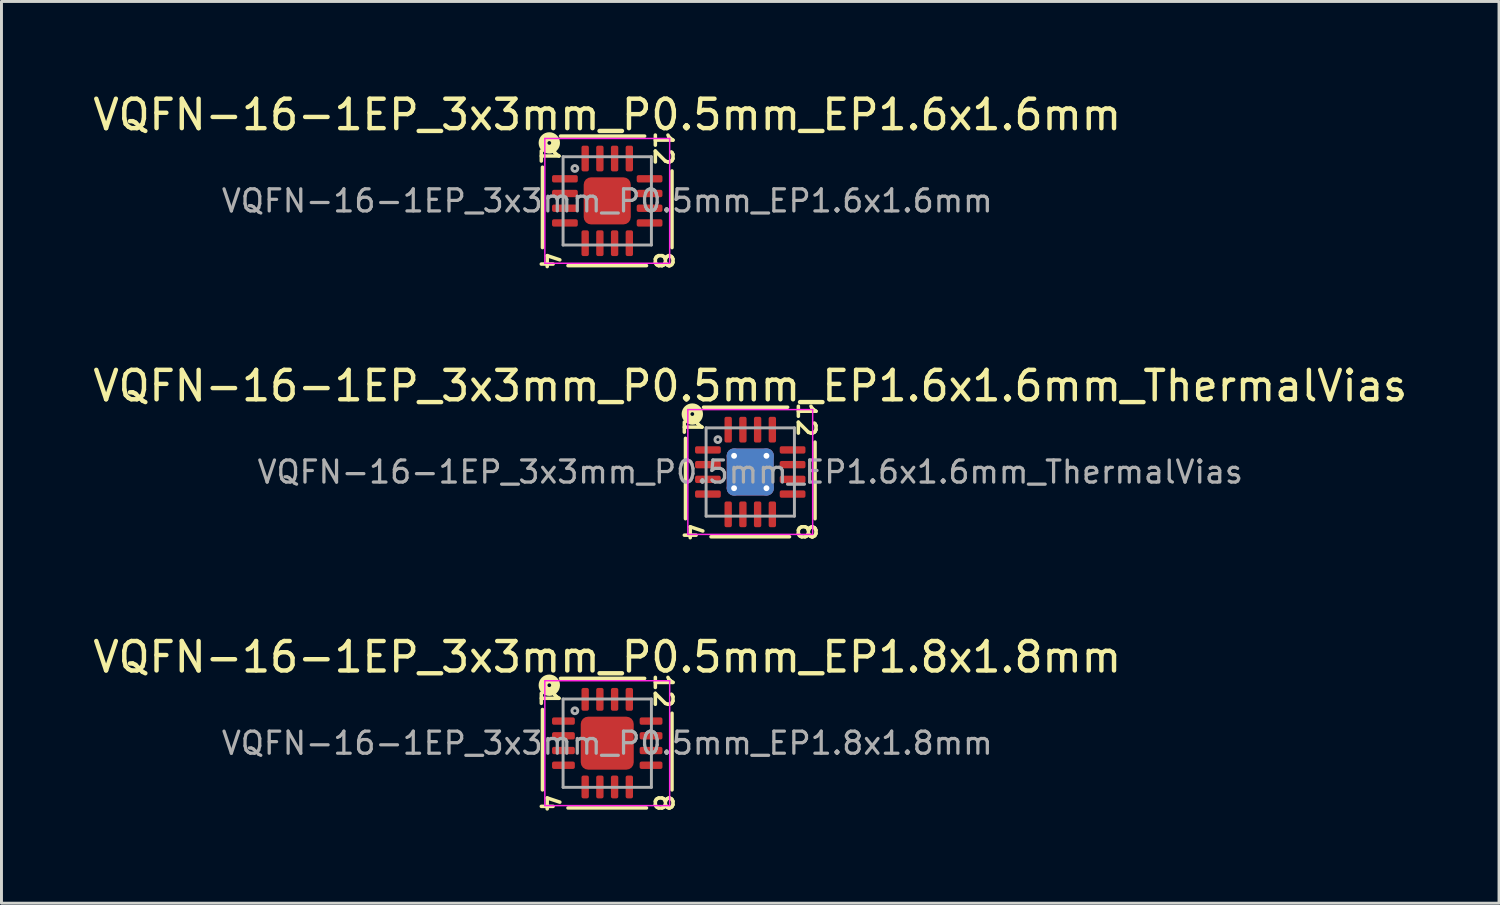
<source format=kicad_pcb>
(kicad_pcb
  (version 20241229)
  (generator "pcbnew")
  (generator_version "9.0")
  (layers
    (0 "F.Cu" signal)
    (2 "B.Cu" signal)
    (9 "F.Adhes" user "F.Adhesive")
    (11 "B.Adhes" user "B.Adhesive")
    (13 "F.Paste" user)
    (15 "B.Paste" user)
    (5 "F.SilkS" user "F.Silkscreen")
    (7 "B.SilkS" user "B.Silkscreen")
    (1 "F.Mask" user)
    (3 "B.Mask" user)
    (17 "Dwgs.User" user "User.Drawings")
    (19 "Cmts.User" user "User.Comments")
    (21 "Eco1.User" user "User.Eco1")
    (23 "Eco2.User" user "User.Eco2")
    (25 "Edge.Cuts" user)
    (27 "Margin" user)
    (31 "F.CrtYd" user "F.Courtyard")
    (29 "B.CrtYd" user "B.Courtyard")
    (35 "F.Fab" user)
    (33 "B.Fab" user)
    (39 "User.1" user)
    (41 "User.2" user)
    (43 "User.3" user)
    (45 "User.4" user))
  (footprint "VQFN-16-1EP_3x3mm_P0.5mm_EP1.6x1.6mm_ThermalVias"
    (layer "F.Cu")
    (at 22.435 12.983)
    (property "Reference" "VQFN-16-1EP_3x3mm_P0.5mm_EP1.6x1.6mm_ThermalVias" (at 0 -2.925 0) (layer "F.SilkS") (effects (font (size 1 1) (thickness 0.15))))
    (attr smd)
    (fp_line (start -2.2 1.587) (end -2.2 -1.143) (stroke (width 0.12) (type solid)) (layer "F.SilkS"))
    (fp_line (start -1.587 -2.2) (end 1.27 -2.2) (stroke (width 0.12) (type solid)) (layer "F.SilkS"))
    (fp_line (start 1.333 2.2) (end -1.333 2.2) (stroke (width 0.12) (type solid)) (layer "F.SilkS"))
    (fp_line (start 2.2 -1.016) (end 2.2 1.587) (stroke (width 0.12) (type solid)) (layer "F.SilkS"))
    (fp_circle (center -1.968 -1.968) (end -1.905 -1.968) (stroke (width 0.3) (type solid)) (fill no) (layer "F.SilkS"))
    (fp_line (start -2.12 -2.12) (end -2.12 2.12) (stroke (width 0.05) (type solid)) (layer "F.CrtYd"))
    (fp_line (start -2.12 2.12) (end 2.12 2.12) (stroke (width 0.05) (type solid)) (layer "F.CrtYd"))
    (fp_line (start 2.12 -2.12) (end -2.12 -2.12) (stroke (width 0.05) (type solid)) (layer "F.CrtYd"))
    (fp_line (start 2.12 2.12) (end 2.12 -2.12) (stroke (width 0.05) (type solid)) (layer "F.CrtYd"))
    (fp_line (start -1.5 -1.5) (end 1.5 -1.5) (stroke (width 0.1) (type solid)) (layer "F.Fab"))
    (fp_line (start -1.5 1.5) (end -1.5 -1.5) (stroke (width 0.1) (type solid)) (layer "F.Fab"))
    (fp_line (start 1.5 -1.5) (end 1.5 1.5) (stroke (width 0.1) (type solid)) (layer "F.Fab"))
    (fp_line (start 1.5 1.5) (end -1.5 1.5) (stroke (width 0.1) (type solid)) (layer "F.Fab"))
    (fp_circle (center -1.1 -1.1) (end -1 -1.1) (stroke (width 0.1) (type solid)) (fill no) (layer "F.Fab"))
    (fp_text user "1" (at -1.968 -1.524 270) (unlocked yes) (layer "F.SilkS") (effects (font (size 0.6 0.6) (thickness 0.12))))
    (fp_text user "4" (at -1.968 2.032 270) (unlocked yes) (layer "F.SilkS") (effects (font (size 0.6 0.6) (thickness 0.12))))
    (fp_text user "12" (at 1.905 -1.778 270) (unlocked yes) (layer "F.SilkS") (effects (font (size 0.6 0.6) (thickness 0.12))))
    (fp_text user "8" (at 1.905 2.032 270) (unlocked yes) (layer "F.SilkS") (effects (font (size 0.6 0.6) (thickness 0.12))))
    (fp_text user "${REFERENCE}" (at 0 0 0) (layer "F.Fab") (effects (font (size 0.75 0.75) (thickness 0.11))))
    (pad "" smd roundrect (at -0.4 -0.4) (size 0.69 0.69) (layers "F.Paste") (roundrect_rratio 0.25))
    (pad "" smd roundrect (at -0.4 0.4) (size 0.69 0.69) (layers "F.Paste") (roundrect_rratio 0.25))
    (pad "" smd roundrect (at 0.4 -0.4) (size 0.69 0.69) (layers "F.Paste") (roundrect_rratio 0.25))
    (pad "" smd roundrect (at 0.4 0.4) (size 0.69 0.69) (layers "F.Paste") (roundrect_rratio 0.25))
    (pad "1" smd roundrect (at -1.438 -0.75) (size 0.875 0.25) (layers "F.Cu" "F.Mask" "F.Paste") (roundrect_rratio 0.25))
    (pad "2" smd roundrect (at -1.438 -0.25) (size 0.875 0.25) (layers "F.Cu" "F.Mask" "F.Paste") (roundrect_rratio 0.25))
    (pad "3" smd roundrect (at -1.438 0.25) (size 0.875 0.25) (layers "F.Cu" "F.Mask" "F.Paste") (roundrect_rratio 0.25))
    (pad "4" smd roundrect (at -1.438 0.75) (size 0.875 0.25) (layers "F.Cu" "F.Mask" "F.Paste") (roundrect_rratio 0.25))
    (pad "5" smd roundrect (at -0.75 1.438) (size 0.25 0.875) (layers "F.Cu" "F.Mask" "F.Paste") (roundrect_rratio 0.25))
    (pad "6" smd roundrect (at -0.25 1.438) (size 0.25 0.875) (layers "F.Cu" "F.Mask" "F.Paste") (roundrect_rratio 0.25))
    (pad "7" smd roundrect (at 0.25 1.438) (size 0.25 0.875) (layers "F.Cu" "F.Mask" "F.Paste") (roundrect_rratio 0.25))
    (pad "8" smd roundrect (at 0.75 1.438) (size 0.25 0.875) (layers "F.Cu" "F.Mask" "F.Paste") (roundrect_rratio 0.25))
    (pad "9" smd roundrect (at 1.438 0.75) (size 0.875 0.25) (layers "F.Cu" "F.Mask" "F.Paste") (roundrect_rratio 0.25))
    (pad "10" smd roundrect (at 1.438 0.25) (size 0.875 0.25) (layers "F.Cu" "F.Mask" "F.Paste") (roundrect_rratio 0.25))
    (pad "11" smd roundrect (at 1.438 -0.25) (size 0.875 0.25) (layers "F.Cu" "F.Mask" "F.Paste") (roundrect_rratio 0.25))
    (pad "12" smd roundrect (at 1.438 -0.75) (size 0.875 0.25) (layers "F.Cu" "F.Mask" "F.Paste") (roundrect_rratio 0.25))
    (pad "13" smd roundrect (at 0.75 -1.438) (size 0.25 0.875) (layers "F.Cu" "F.Mask" "F.Paste") (roundrect_rratio 0.25))
    (pad "14" smd roundrect (at 0.25 -1.438) (size 0.25 0.875) (layers "F.Cu" "F.Mask" "F.Paste") (roundrect_rratio 0.25))
    (pad "15" smd roundrect (at -0.25 -1.438) (size 0.25 0.875) (layers "F.Cu" "F.Mask" "F.Paste") (roundrect_rratio 0.25))
    (pad "16" smd roundrect (at -0.75 -1.438) (size 0.25 0.875) (layers "F.Cu" "F.Mask" "F.Paste") (roundrect_rratio 0.25))
    (pad "17" thru_hole circle (at -0.55 -0.55) (size 0.5 0.5) (drill 0.2) (property pad_prop_heatsink) (layers "*.Cu"))
    (pad "17" thru_hole circle (at -0.55 0.55) (size 0.5 0.5) (drill 0.2) (property pad_prop_heatsink) (layers "*.Cu"))
    (pad "17" smd roundrect (at 0 0) (size 1.6 1.6) (layers "F.Cu" "F.Mask") (roundrect_rratio 0.156))
    (pad "17" smd roundrect (at 0 0) (size 1.6 1.6) (layers "B.Cu" "B.Mask") (roundrect_rratio 0.156))
    (pad "17" thru_hole circle (at 0.55 -0.55) (size 0.5 0.5) (drill 0.2) (property pad_prop_heatsink) (layers "*.Cu"))
    (pad "17" thru_hole circle (at 0.55 0.55) (size 0.5 0.5) (drill 0.2) (property pad_prop_heatsink) (layers "*.Cu")))
  (footprint "VQFN-16-1EP_3x3mm_P0.5mm_EP1.6x1.6mm"
    (layer "F.Cu")
    (at 17.577 3.773)
    (property "Reference" "VQFN-16-1EP_3x3mm_P0.5mm_EP1.6x1.6mm" (at 0 -2.925 0) (layer "F.SilkS") (effects (font (size 1 1) (thickness 0.15))))
    (attr smd)
    (fp_line (start -2.2 1.587) (end -2.2 -1.143) (stroke (width 0.12) (type solid)) (layer "F.SilkS"))
    (fp_line (start -1.587 -2.2) (end 1.27 -2.2) (stroke (width 0.12) (type solid)) (layer "F.SilkS"))
    (fp_line (start 1.333 2.2) (end -1.333 2.2) (stroke (width 0.12) (type solid)) (layer "F.SilkS"))
    (fp_line (start 2.2 -1.016) (end 2.2 1.587) (stroke (width 0.12) (type solid)) (layer "F.SilkS"))
    (fp_circle (center -1.968 -1.968) (end -1.905 -1.968) (stroke (width 0.3) (type solid)) (fill no) (layer "F.SilkS"))
    (fp_line (start -2.12 -2.12) (end -2.12 2.12) (stroke (width 0.05) (type solid)) (layer "F.CrtYd"))
    (fp_line (start -2.12 2.12) (end 2.12 2.12) (stroke (width 0.05) (type solid)) (layer "F.CrtYd"))
    (fp_line (start 2.12 -2.12) (end -2.12 -2.12) (stroke (width 0.05) (type solid)) (layer "F.CrtYd"))
    (fp_line (start 2.12 2.12) (end 2.12 -2.12) (stroke (width 0.05) (type solid)) (layer "F.CrtYd"))
    (fp_line (start -1.5 -1.5) (end 1.5 -1.5) (stroke (width 0.1) (type solid)) (layer "F.Fab"))
    (fp_line (start -1.5 1.5) (end -1.5 -1.5) (stroke (width 0.1) (type solid)) (layer "F.Fab"))
    (fp_line (start 1.5 -1.5) (end 1.5 1.5) (stroke (width 0.1) (type solid)) (layer "F.Fab"))
    (fp_line (start 1.5 1.5) (end -1.5 1.5) (stroke (width 0.1) (type solid)) (layer "F.Fab"))
    (fp_circle (center -1.1 -1.1) (end -1 -1.1) (stroke (width 0.1) (type solid)) (fill no) (layer "F.Fab"))
    (fp_text user "8" (at 1.905 2.032 270) (unlocked yes) (layer "F.SilkS") (effects (font (size 0.6 0.6) (thickness 0.12))))
    (fp_text user "1" (at -1.968 -1.524 270) (unlocked yes) (layer "F.SilkS") (effects (font (size 0.6 0.6) (thickness 0.12))))
    (fp_text user "12" (at 1.905 -1.778 270) (unlocked yes) (layer "F.SilkS") (effects (font (size 0.6 0.6) (thickness 0.12))))
    (fp_text user "4" (at -1.968 2.032 270) (unlocked yes) (layer "F.SilkS") (effects (font (size 0.6 0.6) (thickness 0.12))))
    (fp_text user "${REFERENCE}" (at 0 0 0) (layer "F.Fab") (effects (font (size 0.75 0.75) (thickness 0.11))))
    (pad "" smd roundrect (at -0.4 -0.4) (size 0.64 0.64) (layers "F.Paste") (roundrect_rratio 0.25))
    (pad "" smd roundrect (at -0.4 0.4) (size 0.64 0.64) (layers "F.Paste") (roundrect_rratio 0.25))
    (pad "" smd roundrect (at 0.4 -0.4) (size 0.64 0.64) (layers "F.Paste") (roundrect_rratio 0.25))
    (pad "" smd roundrect (at 0.4 0.4) (size 0.64 0.64) (layers "F.Paste") (roundrect_rratio 0.25))
    (pad "1" smd roundrect (at -1.438 -0.75) (size 0.875 0.25) (layers "F.Cu" "F.Mask" "F.Paste") (roundrect_rratio 0.25))
    (pad "2" smd roundrect (at -1.438 -0.25) (size 0.875 0.25) (layers "F.Cu" "F.Mask" "F.Paste") (roundrect_rratio 0.25))
    (pad "3" smd roundrect (at -1.438 0.25) (size 0.875 0.25) (layers "F.Cu" "F.Mask" "F.Paste") (roundrect_rratio 0.25))
    (pad "4" smd roundrect (at -1.438 0.75) (size 0.875 0.25) (layers "F.Cu" "F.Mask" "F.Paste") (roundrect_rratio 0.25))
    (pad "5" smd roundrect (at -0.75 1.438) (size 0.25 0.875) (layers "F.Cu" "F.Mask" "F.Paste") (roundrect_rratio 0.25))
    (pad "6" smd roundrect (at -0.25 1.438) (size 0.25 0.875) (layers "F.Cu" "F.Mask" "F.Paste") (roundrect_rratio 0.25))
    (pad "7" smd roundrect (at 0.25 1.438) (size 0.25 0.875) (layers "F.Cu" "F.Mask" "F.Paste") (roundrect_rratio 0.25))
    (pad "8" smd roundrect (at 0.75 1.438) (size 0.25 0.875) (layers "F.Cu" "F.Mask" "F.Paste") (roundrect_rratio 0.25))
    (pad "9" smd roundrect (at 1.438 0.75) (size 0.875 0.25) (layers "F.Cu" "F.Mask" "F.Paste") (roundrect_rratio 0.25))
    (pad "10" smd roundrect (at 1.438 0.25) (size 0.875 0.25) (layers "F.Cu" "F.Mask" "F.Paste") (roundrect_rratio 0.25))
    (pad "11" smd roundrect (at 1.438 -0.25) (size 0.875 0.25) (layers "F.Cu" "F.Mask" "F.Paste") (roundrect_rratio 0.25))
    (pad "12" smd roundrect (at 1.438 -0.75) (size 0.875 0.25) (layers "F.Cu" "F.Mask" "F.Paste") (roundrect_rratio 0.25))
    (pad "13" smd roundrect (at 0.75 -1.438) (size 0.25 0.875) (layers "F.Cu" "F.Mask" "F.Paste") (roundrect_rratio 0.25))
    (pad "14" smd roundrect (at 0.25 -1.438) (size 0.25 0.875) (layers "F.Cu" "F.Mask" "F.Paste") (roundrect_rratio 0.25))
    (pad "15" smd roundrect (at -0.25 -1.438) (size 0.25 0.875) (layers "F.Cu" "F.Mask" "F.Paste") (roundrect_rratio 0.25))
    (pad "16" smd roundrect (at -0.75 -1.438) (size 0.25 0.875) (layers "F.Cu" "F.Mask" "F.Paste") (roundrect_rratio 0.25))
    (pad "17" smd roundrect (at 0 0) (size 1.6 1.6) (layers "F.Cu" "F.Mask") (roundrect_rratio 0.156)))
  (footprint "VQFN-16-1EP_3x3mm_P0.5mm_EP1.8x1.8mm"
    (layer "F.Cu")
    (at 17.577 22.194)
    (property "Reference" "VQFN-16-1EP_3x3mm_P0.5mm_EP1.8x1.8mm" (at 0 -2.925 0) (layer "F.SilkS") (effects (font (size 1 1) (thickness 0.15))))
    (attr smd)
    (fp_line (start -2.2 1.587) (end -2.2 -1.143) (stroke (width 0.12) (type solid)) (layer "F.SilkS"))
    (fp_line (start -1.587 -2.2) (end 1.27 -2.2) (stroke (width 0.12) (type solid)) (layer "F.SilkS"))
    (fp_line (start 1.333 2.2) (end -1.333 2.2) (stroke (width 0.12) (type solid)) (layer "F.SilkS"))
    (fp_line (start 2.2 -1.016) (end 2.2 1.587) (stroke (width 0.12) (type solid)) (layer "F.SilkS"))
    (fp_circle (center -1.968 -1.968) (end -1.905 -1.968) (stroke (width 0.3) (type solid)) (fill no) (layer "F.SilkS"))
    (fp_line (start -2.12 -2.12) (end -2.12 2.12) (stroke (width 0.05) (type solid)) (layer "F.CrtYd"))
    (fp_line (start -2.12 2.12) (end 2.12 2.12) (stroke (width 0.05) (type solid)) (layer "F.CrtYd"))
    (fp_line (start 2.12 -2.12) (end -2.12 -2.12) (stroke (width 0.05) (type solid)) (layer "F.CrtYd"))
    (fp_line (start 2.12 2.12) (end 2.12 -2.12) (stroke (width 0.05) (type solid)) (layer "F.CrtYd"))
    (fp_line (start -1.5 -1.5) (end 1.5 -1.5) (stroke (width 0.1) (type solid)) (layer "F.Fab"))
    (fp_line (start -1.5 1.5) (end -1.5 -1.5) (stroke (width 0.1) (type solid)) (layer "F.Fab"))
    (fp_line (start 1.5 -1.5) (end 1.5 1.5) (stroke (width 0.1) (type solid)) (layer "F.Fab"))
    (fp_line (start 1.5 1.5) (end -1.5 1.5) (stroke (width 0.1) (type solid)) (layer "F.Fab"))
    (fp_circle (center -1.1 -1.1) (end -1 -1.1) (stroke (width 0.1) (type solid)) (fill no) (layer "F.Fab"))
    (fp_text user "1" (at -1.968 -1.524 270) (unlocked yes) (layer "F.SilkS") (effects (font (size 0.6 0.6) (thickness 0.12))))
    (fp_text user "12" (at 1.905 -1.778 270) (unlocked yes) (layer "F.SilkS") (effects (font (size 0.6 0.6) (thickness 0.12))))
    (fp_text user "8" (at 1.905 2.032 270) (unlocked yes) (layer "F.SilkS") (effects (font (size 0.6 0.6) (thickness 0.12))))
    (fp_text user "4" (at -1.968 2.032 270) (unlocked yes) (layer "F.SilkS") (effects (font (size 0.6 0.6) (thickness 0.12))))
    (fp_text user "${REFERENCE}" (at 0 0 0) (layer "F.Fab") (effects (font (size 0.75 0.75) (thickness 0.11))))
    (pad "" smd roundrect (at -0.45 -0.45) (size 0.73 0.73) (layers "F.Paste") (roundrect_rratio 0.25))
    (pad "" smd roundrect (at -0.45 0.45) (size 0.73 0.73) (layers "F.Paste") (roundrect_rratio 0.25))
    (pad "" smd roundrect (at 0.45 -0.45) (size 0.73 0.73) (layers "F.Paste") (roundrect_rratio 0.25))
    (pad "" smd roundrect (at 0.45 0.45) (size 0.73 0.73) (layers "F.Paste") (roundrect_rratio 0.25))
    (pad "1" smd roundrect (at -1.488 -0.75) (size 0.775 0.25) (layers "F.Cu" "F.Mask" "F.Paste") (roundrect_rratio 0.25))
    (pad "2" smd roundrect (at -1.488 -0.25) (size 0.775 0.25) (layers "F.Cu" "F.Mask" "F.Paste") (roundrect_rratio 0.25))
    (pad "3" smd roundrect (at -1.488 0.25) (size 0.775 0.25) (layers "F.Cu" "F.Mask" "F.Paste") (roundrect_rratio 0.25))
    (pad "4" smd roundrect (at -1.488 0.75) (size 0.775 0.25) (layers "F.Cu" "F.Mask" "F.Paste") (roundrect_rratio 0.25))
    (pad "5" smd roundrect (at -0.75 1.488) (size 0.25 0.775) (layers "F.Cu" "F.Mask" "F.Paste") (roundrect_rratio 0.25))
    (pad "6" smd roundrect (at -0.25 1.488) (size 0.25 0.775) (layers "F.Cu" "F.Mask" "F.Paste") (roundrect_rratio 0.25))
    (pad "7" smd roundrect (at 0.25 1.488) (size 0.25 0.775) (layers "F.Cu" "F.Mask" "F.Paste") (roundrect_rratio 0.25))
    (pad "8" smd roundrect (at 0.75 1.488) (size 0.25 0.775) (layers "F.Cu" "F.Mask" "F.Paste") (roundrect_rratio 0.25))
    (pad "9" smd roundrect (at 1.488 0.75) (size 0.775 0.25) (layers "F.Cu" "F.Mask" "F.Paste") (roundrect_rratio 0.25))
    (pad "10" smd roundrect (at 1.488 0.25) (size 0.775 0.25) (layers "F.Cu" "F.Mask" "F.Paste") (roundrect_rratio 0.25))
    (pad "11" smd roundrect (at 1.488 -0.25) (size 0.775 0.25) (layers "F.Cu" "F.Mask" "F.Paste") (roundrect_rratio 0.25))
    (pad "12" smd roundrect (at 1.488 -0.75) (size 0.775 0.25) (layers "F.Cu" "F.Mask" "F.Paste") (roundrect_rratio 0.25))
    (pad "13" smd roundrect (at 0.75 -1.488) (size 0.25 0.775) (layers "F.Cu" "F.Mask" "F.Paste") (roundrect_rratio 0.25))
    (pad "14" smd roundrect (at 0.25 -1.488) (size 0.25 0.775) (layers "F.Cu" "F.Mask" "F.Paste") (roundrect_rratio 0.25))
    (pad "15" smd roundrect (at -0.25 -1.488) (size 0.25 0.775) (layers "F.Cu" "F.Mask" "F.Paste") (roundrect_rratio 0.25))
    (pad "16" smd roundrect (at -0.75 -1.488) (size 0.25 0.775) (layers "F.Cu" "F.Mask" "F.Paste") (roundrect_rratio 0.25))
    (pad "17" smd roundrect (at 0 0) (size 1.8 1.8) (layers "F.Cu" "F.Mask") (roundrect_rratio 0.139)))
  (gr_rect
    (start -3 -3)
    (end 47.869 27.631)
    (stroke (width 0.1) (type default))
    (fill no)
    (layer "Edge.Cuts")))
</source>
